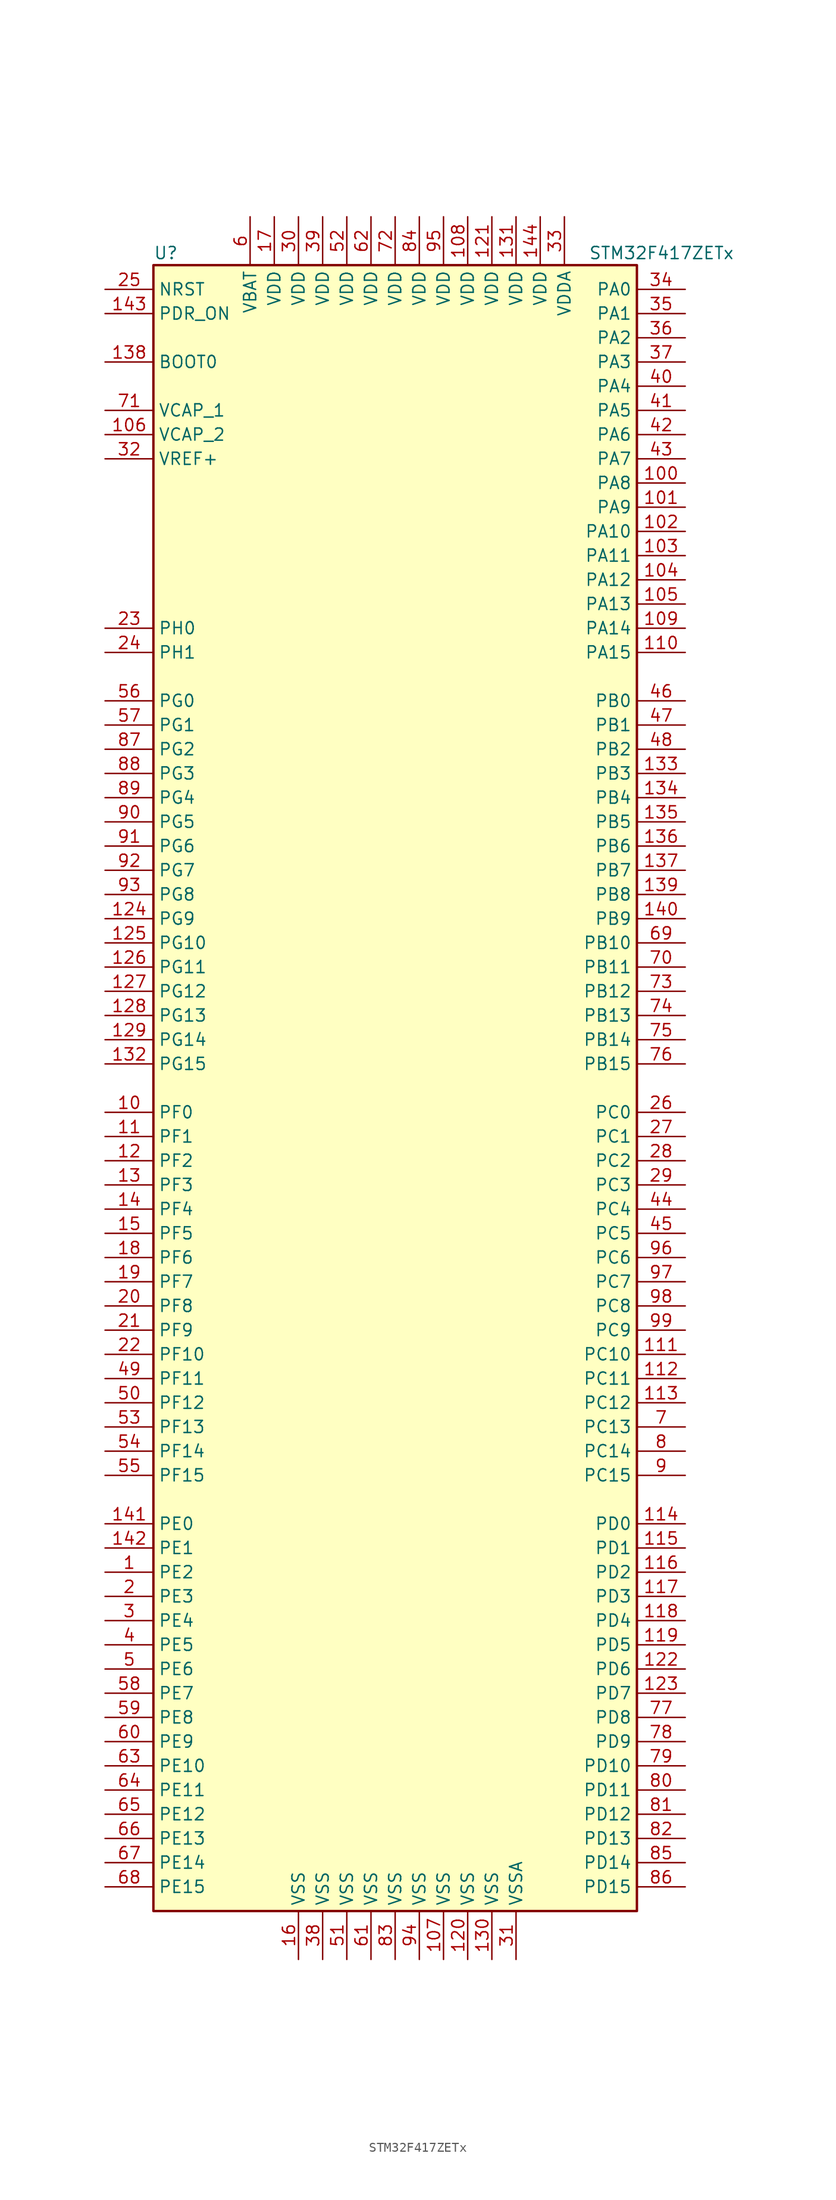
<source format=kicad_sym>
(kicad_symbol_lib
  (version 20201005)
  (generator kicad_symbol_editor)
  (symbol "MCU_ST_STM32F4:STM32F417ZETx"
    (property "Reference" "U"
      (at -25.4 87.63 0)
      (effects (font (size 1.27 1.27)) (justify left)))
    (property "Value" "STM32F417ZETx"
      (at 20.32 87.63 0)
      (effects (font (size 1.27 1.27)) (justify left)))
    (symbol "STM32F417ZETx_0_1"
      (rectangle (start -25.4 -86.36) (end 25.4 86.36) (stroke (width 0.254)) (fill (type background))))
    (symbol "STM32F417ZETx_1_1"
      (pin input line (at -30.48 76.2 0) (length 5.08) (name "BOOT0" (effects (font (size 1.27 1.27)))) (number "138" (effects (font (size 1.27 1.27)))))
      (pin input line (at -30.48 83.82 0) (length 5.08) (name "NRST" (effects (font (size 1.27 1.27)))) (number "25" (effects (font (size 1.27 1.27)))))
      (pin bidirectional line (at 30.48 83.82 180) (length 5.08) (name "PA0" (effects (font (size 1.27 1.27)))) (number "34" (effects (font (size 1.27 1.27)))))
      (pin bidirectional line (at 30.48 81.28 180) (length 5.08) (name "PA1" (effects (font (size 1.27 1.27)))) (number "35" (effects (font (size 1.27 1.27)))))
      (pin bidirectional line (at 30.48 58.42 180) (length 5.08) (name "PA10" (effects (font (size 1.27 1.27)))) (number "102" (effects (font (size 1.27 1.27)))))
      (pin bidirectional line (at 30.48 55.88 180) (length 5.08) (name "PA11" (effects (font (size 1.27 1.27)))) (number "103" (effects (font (size 1.27 1.27)))))
      (pin bidirectional line (at 30.48 53.34 180) (length 5.08) (name "PA12" (effects (font (size 1.27 1.27)))) (number "104" (effects (font (size 1.27 1.27)))))
      (pin bidirectional line (at 30.48 50.8 180) (length 5.08) (name "PA13" (effects (font (size 1.27 1.27)))) (number "105" (effects (font (size 1.27 1.27)))))
      (pin bidirectional line (at 30.48 48.26 180) (length 5.08) (name "PA14" (effects (font (size 1.27 1.27)))) (number "109" (effects (font (size 1.27 1.27)))))
      (pin bidirectional line (at 30.48 45.72 180) (length 5.08) (name "PA15" (effects (font (size 1.27 1.27)))) (number "110" (effects (font (size 1.27 1.27)))))
      (pin bidirectional line (at 30.48 78.74 180) (length 5.08) (name "PA2" (effects (font (size 1.27 1.27)))) (number "36" (effects (font (size 1.27 1.27)))))
      (pin bidirectional line (at 30.48 76.2 180) (length 5.08) (name "PA3" (effects (font (size 1.27 1.27)))) (number "37" (effects (font (size 1.27 1.27)))))
      (pin bidirectional line (at 30.48 73.66 180) (length 5.08) (name "PA4" (effects (font (size 1.27 1.27)))) (number "40" (effects (font (size 1.27 1.27)))))
      (pin bidirectional line (at 30.48 71.12 180) (length 5.08) (name "PA5" (effects (font (size 1.27 1.27)))) (number "41" (effects (font (size 1.27 1.27)))))
      (pin bidirectional line (at 30.48 68.58 180) (length 5.08) (name "PA6" (effects (font (size 1.27 1.27)))) (number "42" (effects (font (size 1.27 1.27)))))
      (pin bidirectional line (at 30.48 66.04 180) (length 5.08) (name "PA7" (effects (font (size 1.27 1.27)))) (number "43" (effects (font (size 1.27 1.27)))))
      (pin bidirectional line (at 30.48 63.5 180) (length 5.08) (name "PA8" (effects (font (size 1.27 1.27)))) (number "100" (effects (font (size 1.27 1.27)))))
      (pin bidirectional line (at 30.48 60.96 180) (length 5.08) (name "PA9" (effects (font (size 1.27 1.27)))) (number "101" (effects (font (size 1.27 1.27)))))
      (pin bidirectional line (at 30.48 40.64 180) (length 5.08) (name "PB0" (effects (font (size 1.27 1.27)))) (number "46" (effects (font (size 1.27 1.27)))))
      (pin bidirectional line (at 30.48 38.1 180) (length 5.08) (name "PB1" (effects (font (size 1.27 1.27)))) (number "47" (effects (font (size 1.27 1.27)))))
      (pin bidirectional line (at 30.48 15.24 180) (length 5.08) (name "PB10" (effects (font (size 1.27 1.27)))) (number "69" (effects (font (size 1.27 1.27)))))
      (pin bidirectional line (at 30.48 12.7 180) (length 5.08) (name "PB11" (effects (font (size 1.27 1.27)))) (number "70" (effects (font (size 1.27 1.27)))))
      (pin bidirectional line (at 30.48 10.16 180) (length 5.08) (name "PB12" (effects (font (size 1.27 1.27)))) (number "73" (effects (font (size 1.27 1.27)))))
      (pin bidirectional line (at 30.48 7.62 180) (length 5.08) (name "PB13" (effects (font (size 1.27 1.27)))) (number "74" (effects (font (size 1.27 1.27)))))
      (pin bidirectional line (at 30.48 5.08 180) (length 5.08) (name "PB14" (effects (font (size 1.27 1.27)))) (number "75" (effects (font (size 1.27 1.27)))))
      (pin bidirectional line (at 30.48 2.54 180) (length 5.08) (name "PB15" (effects (font (size 1.27 1.27)))) (number "76" (effects (font (size 1.27 1.27)))))
      (pin bidirectional line (at 30.48 35.56 180) (length 5.08) (name "PB2" (effects (font (size 1.27 1.27)))) (number "48" (effects (font (size 1.27 1.27)))))
      (pin bidirectional line (at 30.48 33.02 180) (length 5.08) (name "PB3" (effects (font (size 1.27 1.27)))) (number "133" (effects (font (size 1.27 1.27)))))
      (pin bidirectional line (at 30.48 30.48 180) (length 5.08) (name "PB4" (effects (font (size 1.27 1.27)))) (number "134" (effects (font (size 1.27 1.27)))))
      (pin bidirectional line (at 30.48 27.94 180) (length 5.08) (name "PB5" (effects (font (size 1.27 1.27)))) (number "135" (effects (font (size 1.27 1.27)))))
      (pin bidirectional line (at 30.48 25.4 180) (length 5.08) (name "PB6" (effects (font (size 1.27 1.27)))) (number "136" (effects (font (size 1.27 1.27)))))
      (pin bidirectional line (at 30.48 22.86 180) (length 5.08) (name "PB7" (effects (font (size 1.27 1.27)))) (number "137" (effects (font (size 1.27 1.27)))))
      (pin bidirectional line (at 30.48 20.32 180) (length 5.08) (name "PB8" (effects (font (size 1.27 1.27)))) (number "139" (effects (font (size 1.27 1.27)))))
      (pin bidirectional line (at 30.48 17.78 180) (length 5.08) (name "PB9" (effects (font (size 1.27 1.27)))) (number "140" (effects (font (size 1.27 1.27)))))
      (pin bidirectional line (at 30.48 -2.54 180) (length 5.08) (name "PC0" (effects (font (size 1.27 1.27)))) (number "26" (effects (font (size 1.27 1.27)))))
      (pin bidirectional line (at 30.48 -5.08 180) (length 5.08) (name "PC1" (effects (font (size 1.27 1.27)))) (number "27" (effects (font (size 1.27 1.27)))))
      (pin bidirectional line (at 30.48 -27.94 180) (length 5.08) (name "PC10" (effects (font (size 1.27 1.27)))) (number "111" (effects (font (size 1.27 1.27)))))
      (pin bidirectional line (at 30.48 -30.48 180) (length 5.08) (name "PC11" (effects (font (size 1.27 1.27)))) (number "112" (effects (font (size 1.27 1.27)))))
      (pin bidirectional line (at 30.48 -33.02 180) (length 5.08) (name "PC12" (effects (font (size 1.27 1.27)))) (number "113" (effects (font (size 1.27 1.27)))))
      (pin bidirectional line (at 30.48 -35.56 180) (length 5.08) (name "PC13" (effects (font (size 1.27 1.27)))) (number "7" (effects (font (size 1.27 1.27)))))
      (pin bidirectional line (at 30.48 -38.1 180) (length 5.08) (name "PC14" (effects (font (size 1.27 1.27)))) (number "8" (effects (font (size 1.27 1.27)))))
      (pin bidirectional line (at 30.48 -40.64 180) (length 5.08) (name "PC15" (effects (font (size 1.27 1.27)))) (number "9" (effects (font (size 1.27 1.27)))))
      (pin bidirectional line (at 30.48 -7.62 180) (length 5.08) (name "PC2" (effects (font (size 1.27 1.27)))) (number "28" (effects (font (size 1.27 1.27)))))
      (pin bidirectional line (at 30.48 -10.16 180) (length 5.08) (name "PC3" (effects (font (size 1.27 1.27)))) (number "29" (effects (font (size 1.27 1.27)))))
      (pin bidirectional line (at 30.48 -12.7 180) (length 5.08) (name "PC4" (effects (font (size 1.27 1.27)))) (number "44" (effects (font (size 1.27 1.27)))))
      (pin bidirectional line (at 30.48 -15.24 180) (length 5.08) (name "PC5" (effects (font (size 1.27 1.27)))) (number "45" (effects (font (size 1.27 1.27)))))
      (pin bidirectional line (at 30.48 -17.78 180) (length 5.08) (name "PC6" (effects (font (size 1.27 1.27)))) (number "96" (effects (font (size 1.27 1.27)))))
      (pin bidirectional line (at 30.48 -20.32 180) (length 5.08) (name "PC7" (effects (font (size 1.27 1.27)))) (number "97" (effects (font (size 1.27 1.27)))))
      (pin bidirectional line (at 30.48 -22.86 180) (length 5.08) (name "PC8" (effects (font (size 1.27 1.27)))) (number "98" (effects (font (size 1.27 1.27)))))
      (pin bidirectional line (at 30.48 -25.4 180) (length 5.08) (name "PC9" (effects (font (size 1.27 1.27)))) (number "99" (effects (font (size 1.27 1.27)))))
      (pin bidirectional line (at 30.48 -45.72 180) (length 5.08) (name "PD0" (effects (font (size 1.27 1.27)))) (number "114" (effects (font (size 1.27 1.27)))))
      (pin bidirectional line (at 30.48 -48.26 180) (length 5.08) (name "PD1" (effects (font (size 1.27 1.27)))) (number "115" (effects (font (size 1.27 1.27)))))
      (pin bidirectional line (at 30.48 -71.12 180) (length 5.08) (name "PD10" (effects (font (size 1.27 1.27)))) (number "79" (effects (font (size 1.27 1.27)))))
      (pin bidirectional line (at 30.48 -73.66 180) (length 5.08) (name "PD11" (effects (font (size 1.27 1.27)))) (number "80" (effects (font (size 1.27 1.27)))))
      (pin bidirectional line (at 30.48 -76.2 180) (length 5.08) (name "PD12" (effects (font (size 1.27 1.27)))) (number "81" (effects (font (size 1.27 1.27)))))
      (pin bidirectional line (at 30.48 -78.74 180) (length 5.08) (name "PD13" (effects (font (size 1.27 1.27)))) (number "82" (effects (font (size 1.27 1.27)))))
      (pin bidirectional line (at 30.48 -81.28 180) (length 5.08) (name "PD14" (effects (font (size 1.27 1.27)))) (number "85" (effects (font (size 1.27 1.27)))))
      (pin bidirectional line (at 30.48 -83.82 180) (length 5.08) (name "PD15" (effects (font (size 1.27 1.27)))) (number "86" (effects (font (size 1.27 1.27)))))
      (pin bidirectional line (at 30.48 -50.8 180) (length 5.08) (name "PD2" (effects (font (size 1.27 1.27)))) (number "116" (effects (font (size 1.27 1.27)))))
      (pin bidirectional line (at 30.48 -53.34 180) (length 5.08) (name "PD3" (effects (font (size 1.27 1.27)))) (number "117" (effects (font (size 1.27 1.27)))))
      (pin bidirectional line (at 30.48 -55.88 180) (length 5.08) (name "PD4" (effects (font (size 1.27 1.27)))) (number "118" (effects (font (size 1.27 1.27)))))
      (pin bidirectional line (at 30.48 -58.42 180) (length 5.08) (name "PD5" (effects (font (size 1.27 1.27)))) (number "119" (effects (font (size 1.27 1.27)))))
      (pin bidirectional line (at 30.48 -60.96 180) (length 5.08) (name "PD6" (effects (font (size 1.27 1.27)))) (number "122" (effects (font (size 1.27 1.27)))))
      (pin bidirectional line (at 30.48 -63.5 180) (length 5.08) (name "PD7" (effects (font (size 1.27 1.27)))) (number "123" (effects (font (size 1.27 1.27)))))
      (pin bidirectional line (at 30.48 -66.04 180) (length 5.08) (name "PD8" (effects (font (size 1.27 1.27)))) (number "77" (effects (font (size 1.27 1.27)))))
      (pin bidirectional line (at 30.48 -68.58 180) (length 5.08) (name "PD9" (effects (font (size 1.27 1.27)))) (number "78" (effects (font (size 1.27 1.27)))))
      (pin input line (at -30.48 81.28 0) (length 5.08) (name "PDR_ON" (effects (font (size 1.27 1.27)))) (number "143" (effects (font (size 1.27 1.27)))))
      (pin bidirectional line (at -30.48 -45.72 0) (length 5.08) (name "PE0" (effects (font (size 1.27 1.27)))) (number "141" (effects (font (size 1.27 1.27)))))
      (pin bidirectional line (at -30.48 -48.26 0) (length 5.08) (name "PE1" (effects (font (size 1.27 1.27)))) (number "142" (effects (font (size 1.27 1.27)))))
      (pin bidirectional line (at -30.48 -71.12 0) (length 5.08) (name "PE10" (effects (font (size 1.27 1.27)))) (number "63" (effects (font (size 1.27 1.27)))))
      (pin bidirectional line (at -30.48 -73.66 0) (length 5.08) (name "PE11" (effects (font (size 1.27 1.27)))) (number "64" (effects (font (size 1.27 1.27)))))
      (pin bidirectional line (at -30.48 -76.2 0) (length 5.08) (name "PE12" (effects (font (size 1.27 1.27)))) (number "65" (effects (font (size 1.27 1.27)))))
      (pin bidirectional line (at -30.48 -78.74 0) (length 5.08) (name "PE13" (effects (font (size 1.27 1.27)))) (number "66" (effects (font (size 1.27 1.27)))))
      (pin bidirectional line (at -30.48 -81.28 0) (length 5.08) (name "PE14" (effects (font (size 1.27 1.27)))) (number "67" (effects (font (size 1.27 1.27)))))
      (pin bidirectional line (at -30.48 -83.82 0) (length 5.08) (name "PE15" (effects (font (size 1.27 1.27)))) (number "68" (effects (font (size 1.27 1.27)))))
      (pin bidirectional line (at -30.48 -50.8 0) (length 5.08) (name "PE2" (effects (font (size 1.27 1.27)))) (number "1" (effects (font (size 1.27 1.27)))))
      (pin bidirectional line (at -30.48 -53.34 0) (length 5.08) (name "PE3" (effects (font (size 1.27 1.27)))) (number "2" (effects (font (size 1.27 1.27)))))
      (pin bidirectional line (at -30.48 -55.88 0) (length 5.08) (name "PE4" (effects (font (size 1.27 1.27)))) (number "3" (effects (font (size 1.27 1.27)))))
      (pin bidirectional line (at -30.48 -58.42 0) (length 5.08) (name "PE5" (effects (font (size 1.27 1.27)))) (number "4" (effects (font (size 1.27 1.27)))))
      (pin bidirectional line (at -30.48 -60.96 0) (length 5.08) (name "PE6" (effects (font (size 1.27 1.27)))) (number "5" (effects (font (size 1.27 1.27)))))
      (pin bidirectional line (at -30.48 -63.5 0) (length 5.08) (name "PE7" (effects (font (size 1.27 1.27)))) (number "58" (effects (font (size 1.27 1.27)))))
      (pin bidirectional line (at -30.48 -66.04 0) (length 5.08) (name "PE8" (effects (font (size 1.27 1.27)))) (number "59" (effects (font (size 1.27 1.27)))))
      (pin bidirectional line (at -30.48 -68.58 0) (length 5.08) (name "PE9" (effects (font (size 1.27 1.27)))) (number "60" (effects (font (size 1.27 1.27)))))
      (pin bidirectional line (at -30.48 -2.54 0) (length 5.08) (name "PF0" (effects (font (size 1.27 1.27)))) (number "10" (effects (font (size 1.27 1.27)))))
      (pin bidirectional line (at -30.48 -5.08 0) (length 5.08) (name "PF1" (effects (font (size 1.27 1.27)))) (number "11" (effects (font (size 1.27 1.27)))))
      (pin bidirectional line (at -30.48 -27.94 0) (length 5.08) (name "PF10" (effects (font (size 1.27 1.27)))) (number "22" (effects (font (size 1.27 1.27)))))
      (pin bidirectional line (at -30.48 -30.48 0) (length 5.08) (name "PF11" (effects (font (size 1.27 1.27)))) (number "49" (effects (font (size 1.27 1.27)))))
      (pin bidirectional line (at -30.48 -33.02 0) (length 5.08) (name "PF12" (effects (font (size 1.27 1.27)))) (number "50" (effects (font (size 1.27 1.27)))))
      (pin bidirectional line (at -30.48 -35.56 0) (length 5.08) (name "PF13" (effects (font (size 1.27 1.27)))) (number "53" (effects (font (size 1.27 1.27)))))
      (pin bidirectional line (at -30.48 -38.1 0) (length 5.08) (name "PF14" (effects (font (size 1.27 1.27)))) (number "54" (effects (font (size 1.27 1.27)))))
      (pin bidirectional line (at -30.48 -40.64 0) (length 5.08) (name "PF15" (effects (font (size 1.27 1.27)))) (number "55" (effects (font (size 1.27 1.27)))))
      (pin bidirectional line (at -30.48 -7.62 0) (length 5.08) (name "PF2" (effects (font (size 1.27 1.27)))) (number "12" (effects (font (size 1.27 1.27)))))
      (pin bidirectional line (at -30.48 -10.16 0) (length 5.08) (name "PF3" (effects (font (size 1.27 1.27)))) (number "13" (effects (font (size 1.27 1.27)))))
      (pin bidirectional line (at -30.48 -12.7 0) (length 5.08) (name "PF4" (effects (font (size 1.27 1.27)))) (number "14" (effects (font (size 1.27 1.27)))))
      (pin bidirectional line (at -30.48 -15.24 0) (length 5.08) (name "PF5" (effects (font (size 1.27 1.27)))) (number "15" (effects (font (size 1.27 1.27)))))
      (pin bidirectional line (at -30.48 -17.78 0) (length 5.08) (name "PF6" (effects (font (size 1.27 1.27)))) (number "18" (effects (font (size 1.27 1.27)))))
      (pin bidirectional line (at -30.48 -20.32 0) (length 5.08) (name "PF7" (effects (font (size 1.27 1.27)))) (number "19" (effects (font (size 1.27 1.27)))))
      (pin bidirectional line (at -30.48 -22.86 0) (length 5.08) (name "PF8" (effects (font (size 1.27 1.27)))) (number "20" (effects (font (size 1.27 1.27)))))
      (pin bidirectional line (at -30.48 -25.4 0) (length 5.08) (name "PF9" (effects (font (size 1.27 1.27)))) (number "21" (effects (font (size 1.27 1.27)))))
      (pin bidirectional line (at -30.48 40.64 0) (length 5.08) (name "PG0" (effects (font (size 1.27 1.27)))) (number "56" (effects (font (size 1.27 1.27)))))
      (pin bidirectional line (at -30.48 38.1 0) (length 5.08) (name "PG1" (effects (font (size 1.27 1.27)))) (number "57" (effects (font (size 1.27 1.27)))))
      (pin bidirectional line (at -30.48 15.24 0) (length 5.08) (name "PG10" (effects (font (size 1.27 1.27)))) (number "125" (effects (font (size 1.27 1.27)))))
      (pin bidirectional line (at -30.48 12.7 0) (length 5.08) (name "PG11" (effects (font (size 1.27 1.27)))) (number "126" (effects (font (size 1.27 1.27)))))
      (pin bidirectional line (at -30.48 10.16 0) (length 5.08) (name "PG12" (effects (font (size 1.27 1.27)))) (number "127" (effects (font (size 1.27 1.27)))))
      (pin bidirectional line (at -30.48 7.62 0) (length 5.08) (name "PG13" (effects (font (size 1.27 1.27)))) (number "128" (effects (font (size 1.27 1.27)))))
      (pin bidirectional line (at -30.48 5.08 0) (length 5.08) (name "PG14" (effects (font (size 1.27 1.27)))) (number "129" (effects (font (size 1.27 1.27)))))
      (pin bidirectional line (at -30.48 2.54 0) (length 5.08) (name "PG15" (effects (font (size 1.27 1.27)))) (number "132" (effects (font (size 1.27 1.27)))))
      (pin bidirectional line (at -30.48 35.56 0) (length 5.08) (name "PG2" (effects (font (size 1.27 1.27)))) (number "87" (effects (font (size 1.27 1.27)))))
      (pin bidirectional line (at -30.48 33.02 0) (length 5.08) (name "PG3" (effects (font (size 1.27 1.27)))) (number "88" (effects (font (size 1.27 1.27)))))
      (pin bidirectional line (at -30.48 30.48 0) (length 5.08) (name "PG4" (effects (font (size 1.27 1.27)))) (number "89" (effects (font (size 1.27 1.27)))))
      (pin bidirectional line (at -30.48 27.94 0) (length 5.08) (name "PG5" (effects (font (size 1.27 1.27)))) (number "90" (effects (font (size 1.27 1.27)))))
      (pin bidirectional line (at -30.48 25.4 0) (length 5.08) (name "PG6" (effects (font (size 1.27 1.27)))) (number "91" (effects (font (size 1.27 1.27)))))
      (pin bidirectional line (at -30.48 22.86 0) (length 5.08) (name "PG7" (effects (font (size 1.27 1.27)))) (number "92" (effects (font (size 1.27 1.27)))))
      (pin bidirectional line (at -30.48 20.32 0) (length 5.08) (name "PG8" (effects (font (size 1.27 1.27)))) (number "93" (effects (font (size 1.27 1.27)))))
      (pin bidirectional line (at -30.48 17.78 0) (length 5.08) (name "PG9" (effects (font (size 1.27 1.27)))) (number "124" (effects (font (size 1.27 1.27)))))
      (pin input line (at -30.48 48.26 0) (length 5.08) (name "PH0" (effects (font (size 1.27 1.27)))) (number "23" (effects (font (size 1.27 1.27)))))
      (pin input line (at -30.48 45.72 0) (length 5.08) (name "PH1" (effects (font (size 1.27 1.27)))) (number "24" (effects (font (size 1.27 1.27)))))
      (pin power_in line (at -15.24 91.44 270) (length 5.08) (name "VBAT" (effects (font (size 1.27 1.27)))) (number "6" (effects (font (size 1.27 1.27)))))
      (pin power_in line (at -30.48 71.12 0) (length 5.08) (name "VCAP_1" (effects (font (size 1.27 1.27)))) (number "71" (effects (font (size 1.27 1.27)))))
      (pin power_in line (at -30.48 68.58 0) (length 5.08) (name "VCAP_2" (effects (font (size 1.27 1.27)))) (number "106" (effects (font (size 1.27 1.27)))))
      (pin power_in line (at 7.62 91.44 270) (length 5.08) (name "VDD" (effects (font (size 1.27 1.27)))) (number "108" (effects (font (size 1.27 1.27)))))
      (pin power_in line (at 10.16 91.44 270) (length 5.08) (name "VDD" (effects (font (size 1.27 1.27)))) (number "121" (effects (font (size 1.27 1.27)))))
      (pin power_in line (at 12.7 91.44 270) (length 5.08) (name "VDD" (effects (font (size 1.27 1.27)))) (number "131" (effects (font (size 1.27 1.27)))))
      (pin power_in line (at 15.24 91.44 270) (length 5.08) (name "VDD" (effects (font (size 1.27 1.27)))) (number "144" (effects (font (size 1.27 1.27)))))
      (pin power_in line (at -12.7 91.44 270) (length 5.08) (name "VDD" (effects (font (size 1.27 1.27)))) (number "17" (effects (font (size 1.27 1.27)))))
      (pin power_in line (at -10.16 91.44 270) (length 5.08) (name "VDD" (effects (font (size 1.27 1.27)))) (number "30" (effects (font (size 1.27 1.27)))))
      (pin power_in line (at -7.62 91.44 270) (length 5.08) (name "VDD" (effects (font (size 1.27 1.27)))) (number "39" (effects (font (size 1.27 1.27)))))
      (pin power_in line (at -5.08 91.44 270) (length 5.08) (name "VDD" (effects (font (size 1.27 1.27)))) (number "52" (effects (font (size 1.27 1.27)))))
      (pin power_in line (at -2.54 91.44 270) (length 5.08) (name "VDD" (effects (font (size 1.27 1.27)))) (number "62" (effects (font (size 1.27 1.27)))))
      (pin power_in line (at 0 91.44 270) (length 5.08) (name "VDD" (effects (font (size 1.27 1.27)))) (number "72" (effects (font (size 1.27 1.27)))))
      (pin power_in line (at 2.54 91.44 270) (length 5.08) (name "VDD" (effects (font (size 1.27 1.27)))) (number "84" (effects (font (size 1.27 1.27)))))
      (pin power_in line (at 5.08 91.44 270) (length 5.08) (name "VDD" (effects (font (size 1.27 1.27)))) (number "95" (effects (font (size 1.27 1.27)))))
      (pin power_in line (at 17.78 91.44 270) (length 5.08) (name "VDDA" (effects (font (size 1.27 1.27)))) (number "33" (effects (font (size 1.27 1.27)))))
      (pin power_in line (at -30.48 66.04 0) (length 5.08) (name "VREF+" (effects (font (size 1.27 1.27)))) (number "32" (effects (font (size 1.27 1.27)))))
      (pin power_in line (at 5.08 -91.44 90) (length 5.08) (name "VSS" (effects (font (size 1.27 1.27)))) (number "107" (effects (font (size 1.27 1.27)))))
      (pin power_in line (at 7.62 -91.44 90) (length 5.08) (name "VSS" (effects (font (size 1.27 1.27)))) (number "120" (effects (font (size 1.27 1.27)))))
      (pin power_in line (at 10.16 -91.44 90) (length 5.08) (name "VSS" (effects (font (size 1.27 1.27)))) (number "130" (effects (font (size 1.27 1.27)))))
      (pin power_in line (at -10.16 -91.44 90) (length 5.08) (name "VSS" (effects (font (size 1.27 1.27)))) (number "16" (effects (font (size 1.27 1.27)))))
      (pin power_in line (at -7.62 -91.44 90) (length 5.08) (name "VSS" (effects (font (size 1.27 1.27)))) (number "38" (effects (font (size 1.27 1.27)))))
      (pin power_in line (at -5.08 -91.44 90) (length 5.08) (name "VSS" (effects (font (size 1.27 1.27)))) (number "51" (effects (font (size 1.27 1.27)))))
      (pin power_in line (at -2.54 -91.44 90) (length 5.08) (name "VSS" (effects (font (size 1.27 1.27)))) (number "61" (effects (font (size 1.27 1.27)))))
      (pin power_in line (at 0 -91.44 90) (length 5.08) (name "VSS" (effects (font (size 1.27 1.27)))) (number "83" (effects (font (size 1.27 1.27)))))
      (pin power_in line (at 2.54 -91.44 90) (length 5.08) (name "VSS" (effects (font (size 1.27 1.27)))) (number "94" (effects (font (size 1.27 1.27)))))
      (pin power_in line (at 12.7 -91.44 90) (length 5.08) (name "VSSA" (effects (font (size 1.27 1.27)))) (number "31" (effects (font (size 1.27 1.27))))))))
</source>
